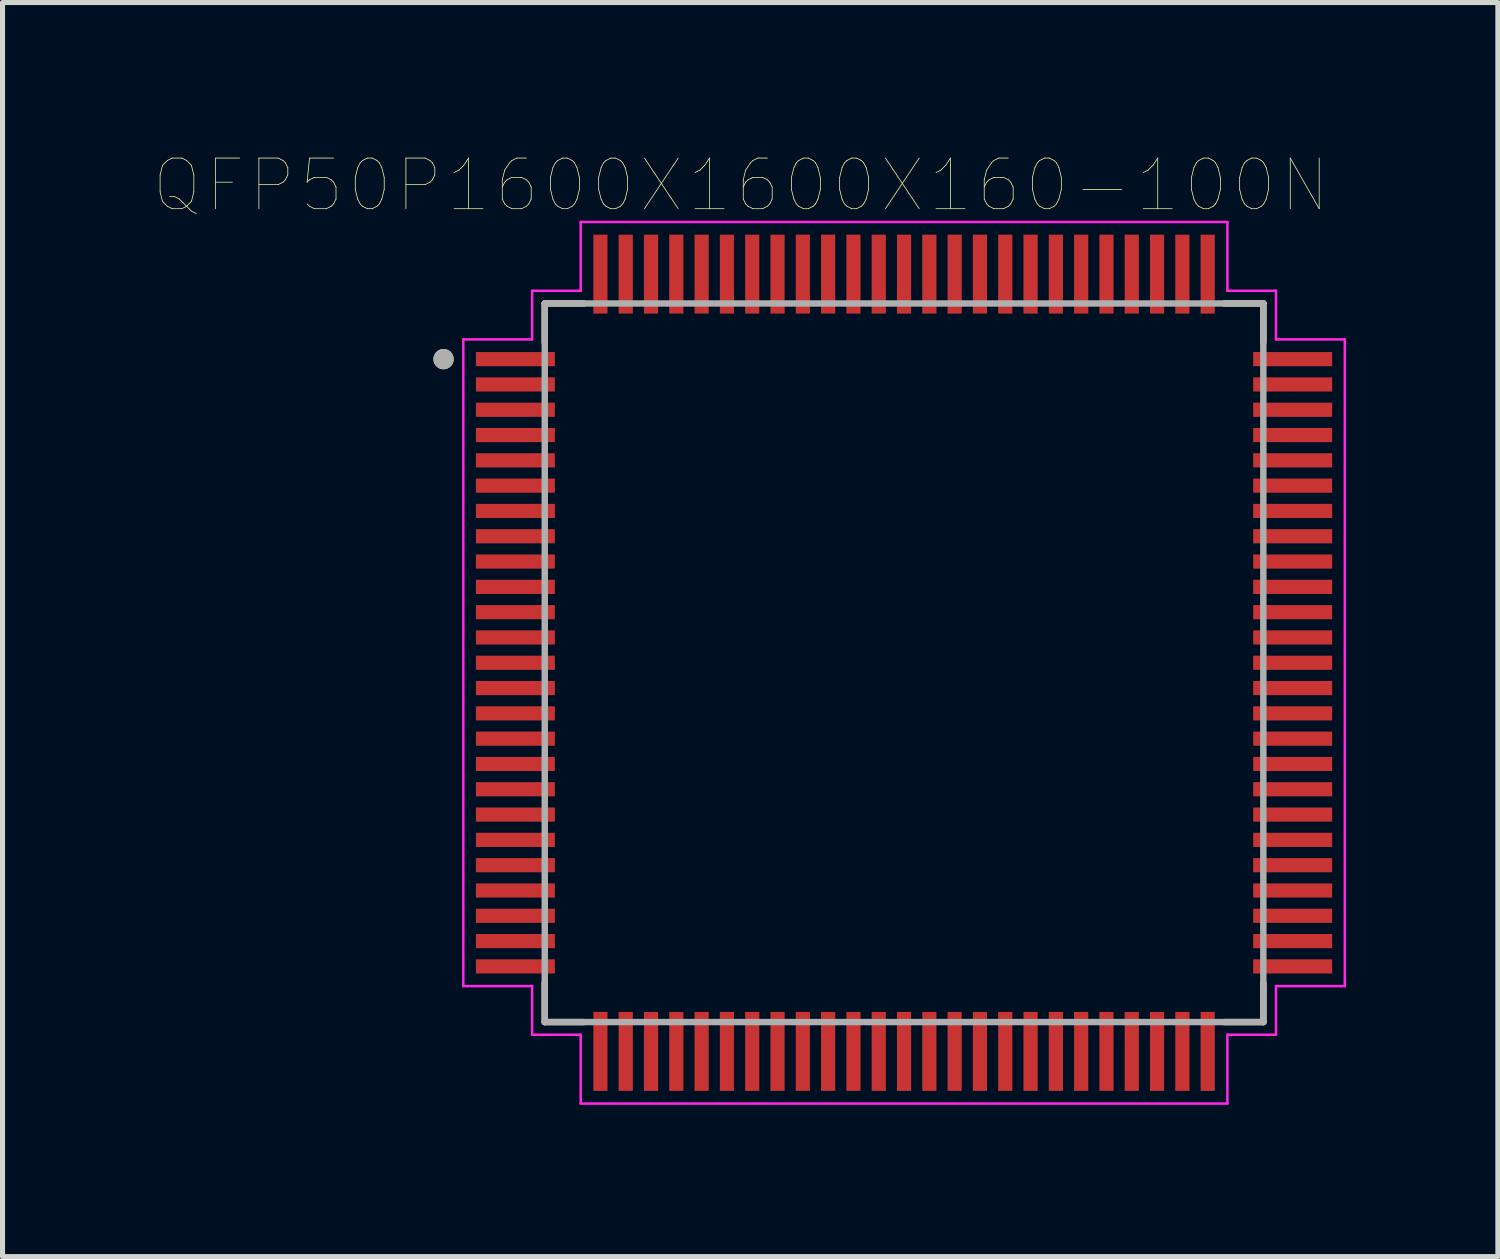
<source format=kicad_pcb>
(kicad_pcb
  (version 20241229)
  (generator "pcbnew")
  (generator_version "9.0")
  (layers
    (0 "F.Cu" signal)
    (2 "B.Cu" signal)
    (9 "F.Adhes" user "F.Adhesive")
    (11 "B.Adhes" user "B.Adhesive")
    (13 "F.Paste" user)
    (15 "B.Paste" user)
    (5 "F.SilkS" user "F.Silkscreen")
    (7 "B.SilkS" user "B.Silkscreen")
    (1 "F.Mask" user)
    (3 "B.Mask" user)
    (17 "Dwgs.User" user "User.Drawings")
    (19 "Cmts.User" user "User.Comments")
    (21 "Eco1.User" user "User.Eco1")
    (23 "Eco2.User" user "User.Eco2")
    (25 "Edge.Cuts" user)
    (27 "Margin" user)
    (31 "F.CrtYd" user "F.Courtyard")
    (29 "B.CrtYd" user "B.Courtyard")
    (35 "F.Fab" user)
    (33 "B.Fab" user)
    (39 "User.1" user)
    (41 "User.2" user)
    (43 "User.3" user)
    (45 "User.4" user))
  (footprint "QFP50P1600X1600X160-100N"
    (layer "F.Cu")
    (at 14.815 10.047)
    (property "Reference" "QFP50P1600X1600X160-100N" (at -3.225 -9.435 0) (layer "F.SilkS") (effects (font (size 1 1) (thickness 0.015))))
    (attr through_hole)
    (fp_line (start -7.1 -7.1) (end -6.33 -7.1) (stroke (width 0.127) (type solid)) (layer "F.SilkS"))
    (fp_line (start -7.1 -6.33) (end -7.1 -7.1) (stroke (width 0.127) (type solid)) (layer "F.SilkS"))
    (fp_line (start -7.1 7.1) (end -7.1 6.33) (stroke (width 0.127) (type solid)) (layer "F.SilkS"))
    (fp_line (start -6.33 7.1) (end -7.1 7.1) (stroke (width 0.127) (type solid)) (layer "F.SilkS"))
    (fp_line (start 6.33 -7.1) (end 7.1 -7.1) (stroke (width 0.127) (type solid)) (layer "F.SilkS"))
    (fp_line (start 7.1 -7.1) (end 7.1 -6.33) (stroke (width 0.127) (type solid)) (layer "F.SilkS"))
    (fp_line (start 7.1 6.33) (end 7.1 7.1) (stroke (width 0.127) (type solid)) (layer "F.SilkS"))
    (fp_line (start 7.1 7.1) (end 6.33 7.1) (stroke (width 0.127) (type solid)) (layer "F.SilkS"))
    (fp_circle (center -9.1 -6) (end -9 -6) (stroke (width 0.2) (type solid)) (fill no) (layer "F.SilkS"))
    (fp_line (start -8.71 -6.39) (end -7.35 -6.39) (stroke (width 0.05) (type solid)) (layer "F.CrtYd"))
    (fp_line (start -8.71 6.39) (end -8.71 -6.39) (stroke (width 0.05) (type solid)) (layer "F.CrtYd"))
    (fp_line (start -7.35 -7.35) (end -6.39 -7.35) (stroke (width 0.05) (type solid)) (layer "F.CrtYd"))
    (fp_line (start -7.35 -6.39) (end -7.35 -7.35) (stroke (width 0.05) (type solid)) (layer "F.CrtYd"))
    (fp_line (start -7.35 6.39) (end -8.71 6.39) (stroke (width 0.05) (type solid)) (layer "F.CrtYd"))
    (fp_line (start -7.35 7.35) (end -7.35 6.39) (stroke (width 0.05) (type solid)) (layer "F.CrtYd"))
    (fp_line (start -6.39 -8.71) (end 6.39 -8.71) (stroke (width 0.05) (type solid)) (layer "F.CrtYd"))
    (fp_line (start -6.39 -7.35) (end -6.39 -8.71) (stroke (width 0.05) (type solid)) (layer "F.CrtYd"))
    (fp_line (start -6.39 7.35) (end -7.35 7.35) (stroke (width 0.05) (type solid)) (layer "F.CrtYd"))
    (fp_line (start -6.39 8.71) (end -6.39 7.35) (stroke (width 0.05) (type solid)) (layer "F.CrtYd"))
    (fp_line (start 6.39 -8.71) (end 6.39 -7.35) (stroke (width 0.05) (type solid)) (layer "F.CrtYd"))
    (fp_line (start 6.39 -7.35) (end 7.35 -7.35) (stroke (width 0.05) (type solid)) (layer "F.CrtYd"))
    (fp_line (start 6.39 7.35) (end 6.39 8.71) (stroke (width 0.05) (type solid)) (layer "F.CrtYd"))
    (fp_line (start 6.39 8.71) (end -6.39 8.71) (stroke (width 0.05) (type solid)) (layer "F.CrtYd"))
    (fp_line (start 7.35 -7.35) (end 7.35 -6.39) (stroke (width 0.05) (type solid)) (layer "F.CrtYd"))
    (fp_line (start 7.35 -6.39) (end 8.71 -6.39) (stroke (width 0.05) (type solid)) (layer "F.CrtYd"))
    (fp_line (start 7.35 6.39) (end 7.35 7.35) (stroke (width 0.05) (type solid)) (layer "F.CrtYd"))
    (fp_line (start 7.35 7.35) (end 6.39 7.35) (stroke (width 0.05) (type solid)) (layer "F.CrtYd"))
    (fp_line (start 8.71 -6.39) (end 8.71 6.39) (stroke (width 0.05) (type solid)) (layer "F.CrtYd"))
    (fp_line (start 8.71 6.39) (end 7.35 6.39) (stroke (width 0.05) (type solid)) (layer "F.CrtYd"))
    (fp_line (start -7.1 -7.1) (end 7.1 -7.1) (stroke (width 0.127) (type solid)) (layer "F.Fab"))
    (fp_line (start -7.1 7.1) (end -7.1 -7.1) (stroke (width 0.127) (type solid)) (layer "F.Fab"))
    (fp_line (start 7.1 -7.1) (end 7.1 7.1) (stroke (width 0.127) (type solid)) (layer "F.Fab"))
    (fp_line (start 7.1 7.1) (end -7.1 7.1) (stroke (width 0.127) (type solid)) (layer "F.Fab"))
    (fp_circle (center -9.1 -6) (end -9 -6) (stroke (width 0.2) (type solid)) (fill no) (layer "F.Fab"))
    (pad "1" smd rect (at -7.68 -6) (size 1.56 0.28) (layers "F.Cu" "F.Mask" "F.Paste"))
    (pad "2" smd rect (at -7.68 -5.5) (size 1.56 0.28) (layers "F.Cu" "F.Mask" "F.Paste"))
    (pad "3" smd rect (at -7.68 -5) (size 1.56 0.28) (layers "F.Cu" "F.Mask" "F.Paste"))
    (pad "4" smd rect (at -7.68 -4.5) (size 1.56 0.28) (layers "F.Cu" "F.Mask" "F.Paste"))
    (pad "5" smd rect (at -7.68 -4) (size 1.56 0.28) (layers "F.Cu" "F.Mask" "F.Paste"))
    (pad "6" smd rect (at -7.68 -3.5) (size 1.56 0.28) (layers "F.Cu" "F.Mask" "F.Paste"))
    (pad "7" smd rect (at -7.68 -3) (size 1.56 0.28) (layers "F.Cu" "F.Mask" "F.Paste"))
    (pad "8" smd rect (at -7.68 -2.5) (size 1.56 0.28) (layers "F.Cu" "F.Mask" "F.Paste"))
    (pad "9" smd rect (at -7.68 -2) (size 1.56 0.28) (layers "F.Cu" "F.Mask" "F.Paste"))
    (pad "10" smd rect (at -7.68 -1.5) (size 1.56 0.28) (layers "F.Cu" "F.Mask" "F.Paste"))
    (pad "11" smd rect (at -7.68 -1) (size 1.56 0.28) (layers "F.Cu" "F.Mask" "F.Paste"))
    (pad "12" smd rect (at -7.68 -0.5) (size 1.56 0.28) (layers "F.Cu" "F.Mask" "F.Paste"))
    (pad "13" smd rect (at -7.68 0) (size 1.56 0.28) (layers "F.Cu" "F.Mask" "F.Paste"))
    (pad "14" smd rect (at -7.68 0.5) (size 1.56 0.28) (layers "F.Cu" "F.Mask" "F.Paste"))
    (pad "15" smd rect (at -7.68 1) (size 1.56 0.28) (layers "F.Cu" "F.Mask" "F.Paste"))
    (pad "16" smd rect (at -7.68 1.5) (size 1.56 0.28) (layers "F.Cu" "F.Mask" "F.Paste"))
    (pad "17" smd rect (at -7.68 2) (size 1.56 0.28) (layers "F.Cu" "F.Mask" "F.Paste"))
    (pad "18" smd rect (at -7.68 2.5) (size 1.56 0.28) (layers "F.Cu" "F.Mask" "F.Paste"))
    (pad "19" smd rect (at -7.68 3) (size 1.56 0.28) (layers "F.Cu" "F.Mask" "F.Paste"))
    (pad "20" smd rect (at -7.68 3.5) (size 1.56 0.28) (layers "F.Cu" "F.Mask" "F.Paste"))
    (pad "21" smd rect (at -7.68 4) (size 1.56 0.28) (layers "F.Cu" "F.Mask" "F.Paste"))
    (pad "22" smd rect (at -7.68 4.5) (size 1.56 0.28) (layers "F.Cu" "F.Mask" "F.Paste"))
    (pad "23" smd rect (at -7.68 5) (size 1.56 0.28) (layers "F.Cu" "F.Mask" "F.Paste"))
    (pad "24" smd rect (at -7.68 5.5) (size 1.56 0.28) (layers "F.Cu" "F.Mask" "F.Paste"))
    (pad "25" smd rect (at -7.68 6) (size 1.56 0.28) (layers "F.Cu" "F.Mask" "F.Paste"))
    (pad "26" smd rect (at -6 7.68) (size 0.28 1.56) (layers "F.Cu" "F.Mask" "F.Paste"))
    (pad "27" smd rect (at -5.5 7.68) (size 0.28 1.56) (layers "F.Cu" "F.Mask" "F.Paste"))
    (pad "28" smd rect (at -5 7.68) (size 0.28 1.56) (layers "F.Cu" "F.Mask" "F.Paste"))
    (pad "29" smd rect (at -4.5 7.68) (size 0.28 1.56) (layers "F.Cu" "F.Mask" "F.Paste"))
    (pad "30" smd rect (at -4 7.68) (size 0.28 1.56) (layers "F.Cu" "F.Mask" "F.Paste"))
    (pad "31" smd rect (at -3.5 7.68) (size 0.28 1.56) (layers "F.Cu" "F.Mask" "F.Paste"))
    (pad "32" smd rect (at -3 7.68) (size 0.28 1.56) (layers "F.Cu" "F.Mask" "F.Paste"))
    (pad "33" smd rect (at -2.5 7.68) (size 0.28 1.56) (layers "F.Cu" "F.Mask" "F.Paste"))
    (pad "34" smd rect (at -2 7.68) (size 0.28 1.56) (layers "F.Cu" "F.Mask" "F.Paste"))
    (pad "35" smd rect (at -1.5 7.68) (size 0.28 1.56) (layers "F.Cu" "F.Mask" "F.Paste"))
    (pad "36" smd rect (at -1 7.68) (size 0.28 1.56) (layers "F.Cu" "F.Mask" "F.Paste"))
    (pad "37" smd rect (at -0.5 7.68) (size 0.28 1.56) (layers "F.Cu" "F.Mask" "F.Paste"))
    (pad "38" smd rect (at 0 7.68) (size 0.28 1.56) (layers "F.Cu" "F.Mask" "F.Paste"))
    (pad "39" smd rect (at 0.5 7.68) (size 0.28 1.56) (layers "F.Cu" "F.Mask" "F.Paste"))
    (pad "40" smd rect (at 1 7.68) (size 0.28 1.56) (layers "F.Cu" "F.Mask" "F.Paste"))
    (pad "41" smd rect (at 1.5 7.68) (size 0.28 1.56) (layers "F.Cu" "F.Mask" "F.Paste"))
    (pad "42" smd rect (at 2 7.68) (size 0.28 1.56) (layers "F.Cu" "F.Mask" "F.Paste"))
    (pad "43" smd rect (at 2.5 7.68) (size 0.28 1.56) (layers "F.Cu" "F.Mask" "F.Paste"))
    (pad "44" smd rect (at 3 7.68) (size 0.28 1.56) (layers "F.Cu" "F.Mask" "F.Paste"))
    (pad "45" smd rect (at 3.5 7.68) (size 0.28 1.56) (layers "F.Cu" "F.Mask" "F.Paste"))
    (pad "46" smd rect (at 4 7.68) (size 0.28 1.56) (layers "F.Cu" "F.Mask" "F.Paste"))
    (pad "47" smd rect (at 4.5 7.68) (size 0.28 1.56) (layers "F.Cu" "F.Mask" "F.Paste"))
    (pad "48" smd rect (at 5 7.68) (size 0.28 1.56) (layers "F.Cu" "F.Mask" "F.Paste"))
    (pad "49" smd rect (at 5.5 7.68) (size 0.28 1.56) (layers "F.Cu" "F.Mask" "F.Paste"))
    (pad "50" smd rect (at 6 7.68) (size 0.28 1.56) (layers "F.Cu" "F.Mask" "F.Paste"))
    (pad "51" smd rect (at 7.68 6) (size 1.56 0.28) (layers "F.Cu" "F.Mask" "F.Paste"))
    (pad "52" smd rect (at 7.68 5.5) (size 1.56 0.28) (layers "F.Cu" "F.Mask" "F.Paste"))
    (pad "53" smd rect (at 7.68 5) (size 1.56 0.28) (layers "F.Cu" "F.Mask" "F.Paste"))
    (pad "54" smd rect (at 7.68 4.5) (size 1.56 0.28) (layers "F.Cu" "F.Mask" "F.Paste"))
    (pad "55" smd rect (at 7.68 4) (size 1.56 0.28) (layers "F.Cu" "F.Mask" "F.Paste"))
    (pad "56" smd rect (at 7.68 3.5) (size 1.56 0.28) (layers "F.Cu" "F.Mask" "F.Paste"))
    (pad "57" smd rect (at 7.68 3) (size 1.56 0.28) (layers "F.Cu" "F.Mask" "F.Paste"))
    (pad "58" smd rect (at 7.68 2.5) (size 1.56 0.28) (layers "F.Cu" "F.Mask" "F.Paste"))
    (pad "59" smd rect (at 7.68 2) (size 1.56 0.28) (layers "F.Cu" "F.Mask" "F.Paste"))
    (pad "60" smd rect (at 7.68 1.5) (size 1.56 0.28) (layers "F.Cu" "F.Mask" "F.Paste"))
    (pad "61" smd rect (at 7.68 1) (size 1.56 0.28) (layers "F.Cu" "F.Mask" "F.Paste"))
    (pad "62" smd rect (at 7.68 0.5) (size 1.56 0.28) (layers "F.Cu" "F.Mask" "F.Paste"))
    (pad "63" smd rect (at 7.68 0) (size 1.56 0.28) (layers "F.Cu" "F.Mask" "F.Paste"))
    (pad "64" smd rect (at 7.68 -0.5) (size 1.56 0.28) (layers "F.Cu" "F.Mask" "F.Paste"))
    (pad "65" smd rect (at 7.68 -1) (size 1.56 0.28) (layers "F.Cu" "F.Mask" "F.Paste"))
    (pad "66" smd rect (at 7.68 -1.5) (size 1.56 0.28) (layers "F.Cu" "F.Mask" "F.Paste"))
    (pad "67" smd rect (at 7.68 -2) (size 1.56 0.28) (layers "F.Cu" "F.Mask" "F.Paste"))
    (pad "68" smd rect (at 7.68 -2.5) (size 1.56 0.28) (layers "F.Cu" "F.Mask" "F.Paste"))
    (pad "69" smd rect (at 7.68 -3) (size 1.56 0.28) (layers "F.Cu" "F.Mask" "F.Paste"))
    (pad "70" smd rect (at 7.68 -3.5) (size 1.56 0.28) (layers "F.Cu" "F.Mask" "F.Paste"))
    (pad "71" smd rect (at 7.68 -4) (size 1.56 0.28) (layers "F.Cu" "F.Mask" "F.Paste"))
    (pad "72" smd rect (at 7.68 -4.5) (size 1.56 0.28) (layers "F.Cu" "F.Mask" "F.Paste"))
    (pad "73" smd rect (at 7.68 -5) (size 1.56 0.28) (layers "F.Cu" "F.Mask" "F.Paste"))
    (pad "74" smd rect (at 7.68 -5.5) (size 1.56 0.28) (layers "F.Cu" "F.Mask" "F.Paste"))
    (pad "75" smd rect (at 7.68 -6) (size 1.56 0.28) (layers "F.Cu" "F.Mask" "F.Paste"))
    (pad "76" smd rect (at 6 -7.68) (size 0.28 1.56) (layers "F.Cu" "F.Mask" "F.Paste"))
    (pad "77" smd rect (at 5.5 -7.68) (size 0.28 1.56) (layers "F.Cu" "F.Mask" "F.Paste"))
    (pad "78" smd rect (at 5 -7.68) (size 0.28 1.56) (layers "F.Cu" "F.Mask" "F.Paste"))
    (pad "79" smd rect (at 4.5 -7.68) (size 0.28 1.56) (layers "F.Cu" "F.Mask" "F.Paste"))
    (pad "80" smd rect (at 4 -7.68) (size 0.28 1.56) (layers "F.Cu" "F.Mask" "F.Paste"))
    (pad "81" smd rect (at 3.5 -7.68) (size 0.28 1.56) (layers "F.Cu" "F.Mask" "F.Paste"))
    (pad "82" smd rect (at 3 -7.68) (size 0.28 1.56) (layers "F.Cu" "F.Mask" "F.Paste"))
    (pad "83" smd rect (at 2.5 -7.68) (size 0.28 1.56) (layers "F.Cu" "F.Mask" "F.Paste"))
    (pad "84" smd rect (at 2 -7.68) (size 0.28 1.56) (layers "F.Cu" "F.Mask" "F.Paste"))
    (pad "85" smd rect (at 1.5 -7.68) (size 0.28 1.56) (layers "F.Cu" "F.Mask" "F.Paste"))
    (pad "86" smd rect (at 1 -7.68) (size 0.28 1.56) (layers "F.Cu" "F.Mask" "F.Paste"))
    (pad "87" smd rect (at 0.5 -7.68) (size 0.28 1.56) (layers "F.Cu" "F.Mask" "F.Paste"))
    (pad "88" smd rect (at 0 -7.68) (size 0.28 1.56) (layers "F.Cu" "F.Mask" "F.Paste"))
    (pad "89" smd rect (at -0.5 -7.68) (size 0.28 1.56) (layers "F.Cu" "F.Mask" "F.Paste"))
    (pad "90" smd rect (at -1 -7.68) (size 0.28 1.56) (layers "F.Cu" "F.Mask" "F.Paste"))
    (pad "91" smd rect (at -1.5 -7.68) (size 0.28 1.56) (layers "F.Cu" "F.Mask" "F.Paste"))
    (pad "92" smd rect (at -2 -7.68) (size 0.28 1.56) (layers "F.Cu" "F.Mask" "F.Paste"))
    (pad "93" smd rect (at -2.5 -7.68) (size 0.28 1.56) (layers "F.Cu" "F.Mask" "F.Paste"))
    (pad "94" smd rect (at -3 -7.68) (size 0.28 1.56) (layers "F.Cu" "F.Mask" "F.Paste"))
    (pad "95" smd rect (at -3.5 -7.68) (size 0.28 1.56) (layers "F.Cu" "F.Mask" "F.Paste"))
    (pad "96" smd rect (at -4 -7.68) (size 0.28 1.56) (layers "F.Cu" "F.Mask" "F.Paste"))
    (pad "97" smd rect (at -4.5 -7.68) (size 0.28 1.56) (layers "F.Cu" "F.Mask" "F.Paste"))
    (pad "98" smd rect (at -5 -7.68) (size 0.28 1.56) (layers "F.Cu" "F.Mask" "F.Paste"))
    (pad "99" smd rect (at -5.5 -7.68) (size 0.28 1.56) (layers "F.Cu" "F.Mask" "F.Paste"))
    (pad "100" smd rect (at -6 -7.68) (size 0.28 1.56) (layers "F.Cu" "F.Mask" "F.Paste")))
  (gr_rect
    (start -3 -3)
    (end 26.55 21.782)
    (stroke (width 0.1) (type default))
    (fill no)
    (layer "Edge.Cuts")))
</source>
